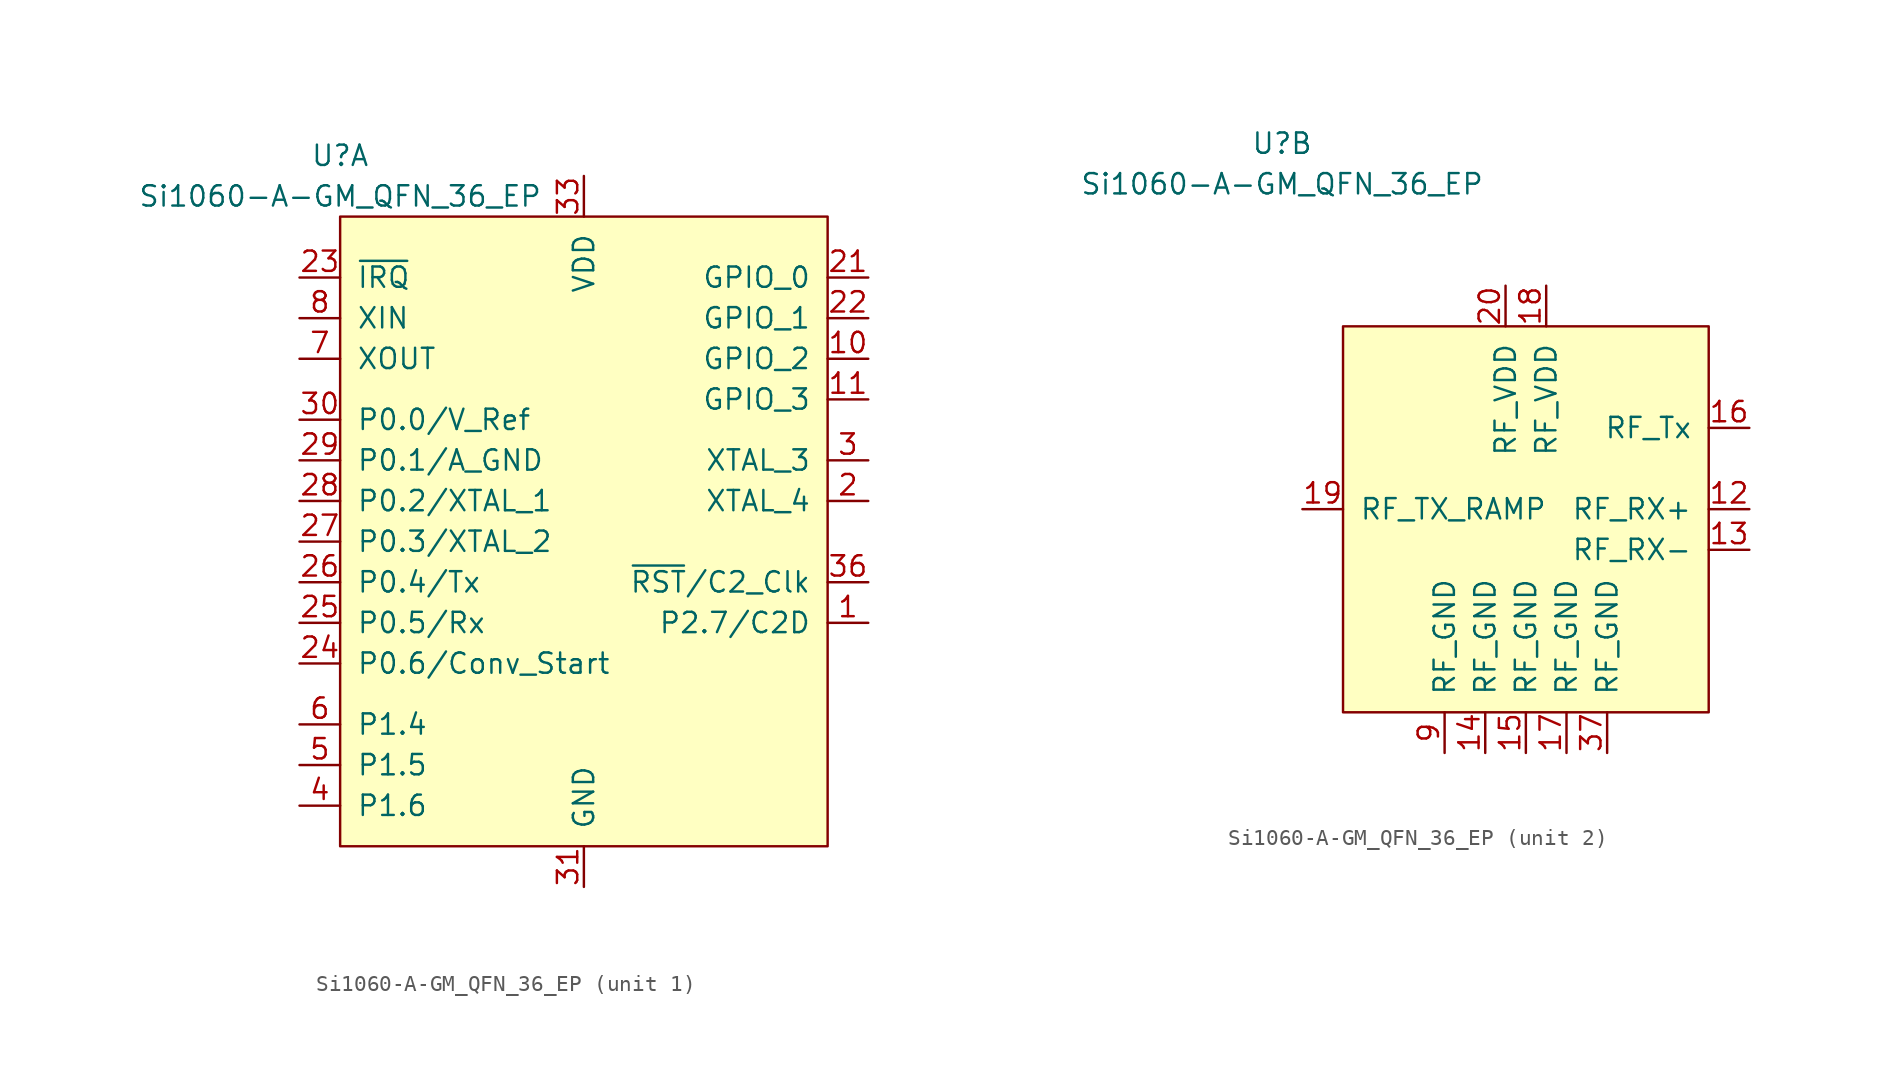
<source format=kicad_sym>
(kicad_symbol_lib
  (version 20210619)
  (generator kicad_symbol_editor)
  (symbol "Maxted Libs:Si1060-A-GM_QFN_36_EP"
    (pin_names
      (offset 1.016))
    (property "Reference" "U"
      (at -15.24 22.86 0)
      (effects (font (size 1.27 1.27))))
    (property "Value" "Si1060-A-GM_QFN_36_EP"
      (at -15.24 20.32 0)
      (effects (font (size 1.27 1.27))))
    (property "ki_locked" ""
      (at 0 0 0)
      (effects (font (size 1.27 1.27))))
    (symbol "Si1060-A-GM_QFN_36_EP_1_1"
      (rectangle (start -15.24 -20.32) (end 15.24 19.05) (stroke (width 0)) (fill (type background)))
      (pin bidirectional line (at 17.78 -6.35 180) (length 2.54) (name "P2.7/C2D" (effects (font (size 1.27 1.27)))) (number "1" (effects (font (size 1.27 1.27)))))
      (pin bidirectional line (at 17.78 10.16 180) (length 2.54) (name "GPIO_2" (effects (font (size 1.27 1.27)))) (number "10" (effects (font (size 1.27 1.27)))))
      (pin bidirectional line (at 17.78 7.62 180) (length 2.54) (name "GPIO_3" (effects (font (size 1.27 1.27)))) (number "11" (effects (font (size 1.27 1.27)))))
      (pin output line (at 17.78 1.27 180) (length 2.54) (name "XTAL_4" (effects (font (size 1.27 1.27)))) (number "2" (effects (font (size 1.27 1.27)))))
      (pin bidirectional line (at 17.78 15.24 180) (length 2.54) (name "GPIO_0" (effects (font (size 1.27 1.27)))) (number "21" (effects (font (size 1.27 1.27)))))
      (pin bidirectional line (at 17.78 12.7 180) (length 2.54) (name "GPIO_1" (effects (font (size 1.27 1.27)))) (number "22" (effects (font (size 1.27 1.27)))))
      (pin input line (at -17.78 15.24 0) (length 2.54) (name "~{IRQ}" (effects (font (size 1.27 1.27)))) (number "23" (effects (font (size 1.27 1.27)))))
      (pin bidirectional line (at -17.78 -8.89 0) (length 2.54) (name "P0.6/Conv_Start" (effects (font (size 1.27 1.27)))) (number "24" (effects (font (size 1.27 1.27)))))
      (pin bidirectional line (at -17.78 -6.35 0) (length 2.54) (name "P0.5/Rx" (effects (font (size 1.27 1.27)))) (number "25" (effects (font (size 1.27 1.27)))))
      (pin bidirectional line (at -17.78 -3.81 0) (length 2.54) (name "P0.4/Tx" (effects (font (size 1.27 1.27)))) (number "26" (effects (font (size 1.27 1.27)))))
      (pin bidirectional line (at -17.78 -1.27 0) (length 2.54) (name "P0.3/XTAL_2" (effects (font (size 1.27 1.27)))) (number "27" (effects (font (size 1.27 1.27)))))
      (pin bidirectional line (at -17.78 1.27 0) (length 2.54) (name "P0.2/XTAL_1" (effects (font (size 1.27 1.27)))) (number "28" (effects (font (size 1.27 1.27)))))
      (pin bidirectional line (at -17.78 3.81 0) (length 2.54) (name "P0.1/A_GND" (effects (font (size 1.27 1.27)))) (number "29" (effects (font (size 1.27 1.27)))))
      (pin output line (at 17.78 3.81 180) (length 2.54) (name "XTAL_3" (effects (font (size 1.27 1.27)))) (number "3" (effects (font (size 1.27 1.27)))))
      (pin bidirectional line (at -17.78 6.35 0) (length 2.54) (name "P0.0/V_Ref" (effects (font (size 1.27 1.27)))) (number "30" (effects (font (size 1.27 1.27)))))
      (pin power_in line (at 0 -22.86 90) (length 2.54) (name "GND" (effects (font (size 1.27 1.27)))) (number "31" (effects (font (size 1.27 1.27)))))
      (pin no_connect line (at 17.78 -15.24 180) (length 2.54) hide (name "NC" (effects (font (size 1.27 1.27)))) (number "32" (effects (font (size 1.27 1.27)))))
      (pin power_in line (at 0 21.59 270) (length 2.54) (name "VDD" (effects (font (size 1.27 1.27)))) (number "33" (effects (font (size 1.27 1.27)))))
      (pin no_connect line (at 17.78 -12.7 180) (length 2.54) hide (name "NC" (effects (font (size 1.27 1.27)))) (number "34" (effects (font (size 1.27 1.27)))))
      (pin no_connect line (at 17.78 -10.16 180) (length 2.54) hide (name "NC" (effects (font (size 1.27 1.27)))) (number "35" (effects (font (size 1.27 1.27)))))
      (pin bidirectional line (at 17.78 -3.81 180) (length 2.54) (name "~{RST}/C2_Clk" (effects (font (size 1.27 1.27)))) (number "36" (effects (font (size 1.27 1.27)))))
      (pin bidirectional line (at -17.78 -17.78 0) (length 2.54) (name "P1.6" (effects (font (size 1.27 1.27)))) (number "4" (effects (font (size 1.27 1.27)))))
      (pin bidirectional line (at -17.78 -15.24 0) (length 2.54) (name "P1.5" (effects (font (size 1.27 1.27)))) (number "5" (effects (font (size 1.27 1.27)))))
      (pin bidirectional line (at -17.78 -12.7 0) (length 2.54) (name "P1.4" (effects (font (size 1.27 1.27)))) (number "6" (effects (font (size 1.27 1.27)))))
      (pin bidirectional line (at -17.78 10.16 0) (length 2.54) (name "XOUT" (effects (font (size 1.27 1.27)))) (number "7" (effects (font (size 1.27 1.27)))))
      (pin input line (at -17.78 12.7 0) (length 2.54) (name "XIN" (effects (font (size 1.27 1.27)))) (number "8" (effects (font (size 1.27 1.27))))))
    (symbol "Si1060-A-GM_QFN_36_EP_2_1"
      (rectangle (start -11.43 11.43) (end 11.43 -12.7) (stroke (width 0)) (fill (type background)))
      (pin input line (at 13.97 0 180) (length 2.54) (name "RF_RX+" (effects (font (size 1.27 1.27)))) (number "12" (effects (font (size 1.27 1.27)))))
      (pin input line (at 13.97 -2.54 180) (length 2.54) (name "RF_RX-" (effects (font (size 1.27 1.27)))) (number "13" (effects (font (size 1.27 1.27)))))
      (pin power_in line (at -2.54 -15.24 90) (length 2.54) (name "RF_GND" (effects (font (size 1.27 1.27)))) (number "14" (effects (font (size 1.27 1.27)))))
      (pin power_in line (at 0 -15.24 90) (length 2.54) (name "RF_GND" (effects (font (size 1.27 1.27)))) (number "15" (effects (font (size 1.27 1.27)))))
      (pin output line (at 13.97 5.08 180) (length 2.54) (name "RF_Tx" (effects (font (size 1.27 1.27)))) (number "16" (effects (font (size 1.27 1.27)))))
      (pin power_in line (at 2.54 -15.24 90) (length 2.54) (name "RF_GND" (effects (font (size 1.27 1.27)))) (number "17" (effects (font (size 1.27 1.27)))))
      (pin power_in line (at 1.27 13.97 270) (length 2.54) (name "RF_VDD" (effects (font (size 1.27 1.27)))) (number "18" (effects (font (size 1.27 1.27)))))
      (pin output line (at -13.97 0 0) (length 2.54) (name "RF_TX_RAMP" (effects (font (size 1.27 1.27)))) (number "19" (effects (font (size 1.27 1.27)))))
      (pin power_in line (at -1.27 13.97 270) (length 2.54) (name "RF_VDD" (effects (font (size 1.27 1.27)))) (number "20" (effects (font (size 1.27 1.27)))))
      (pin power_in line (at 5.08 -15.24 90) (length 2.54) (name "RF_GND" (effects (font (size 1.27 1.27)))) (number "37" (effects (font (size 1.27 1.27)))))
      (pin power_in line (at -5.08 -15.24 90) (length 2.54) (name "RF_GND" (effects (font (size 1.27 1.27)))) (number "9" (effects (font (size 1.27 1.27))))))))
</source>
